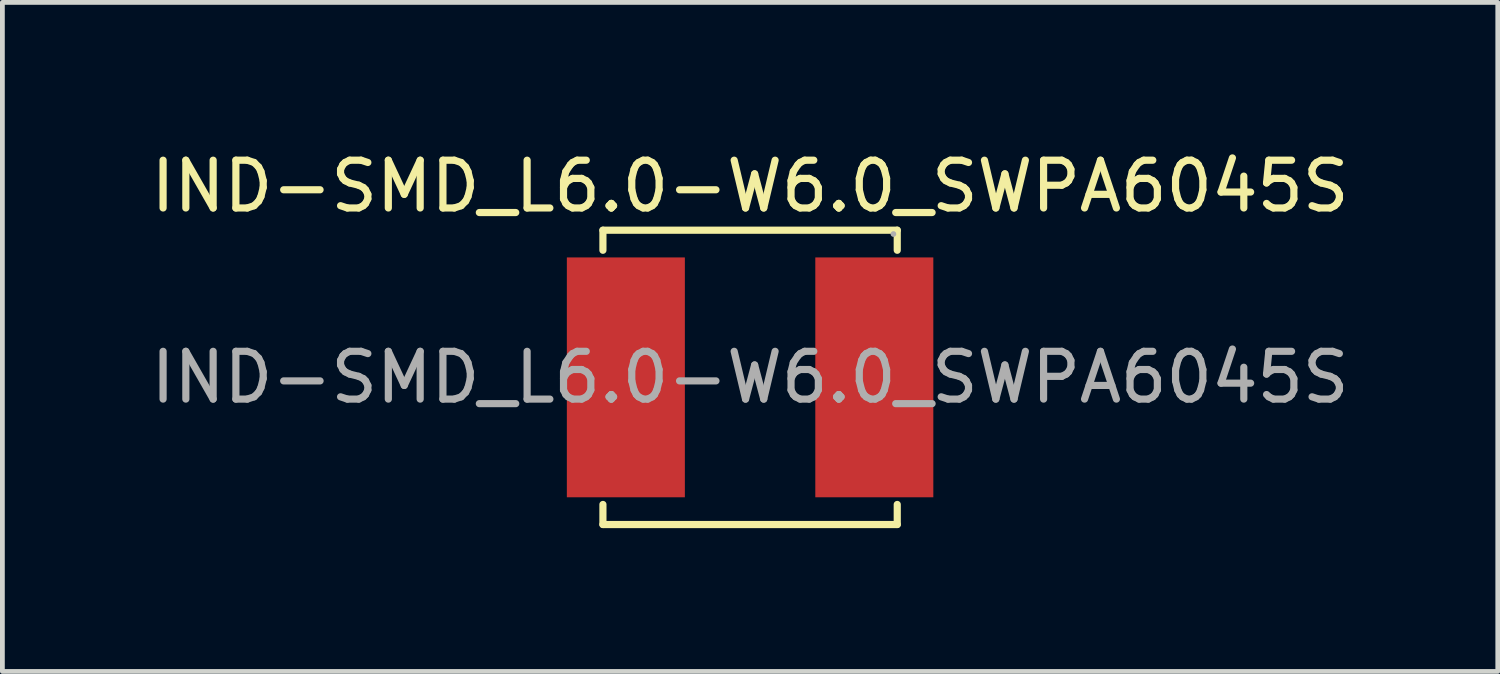
<source format=kicad_pcb>
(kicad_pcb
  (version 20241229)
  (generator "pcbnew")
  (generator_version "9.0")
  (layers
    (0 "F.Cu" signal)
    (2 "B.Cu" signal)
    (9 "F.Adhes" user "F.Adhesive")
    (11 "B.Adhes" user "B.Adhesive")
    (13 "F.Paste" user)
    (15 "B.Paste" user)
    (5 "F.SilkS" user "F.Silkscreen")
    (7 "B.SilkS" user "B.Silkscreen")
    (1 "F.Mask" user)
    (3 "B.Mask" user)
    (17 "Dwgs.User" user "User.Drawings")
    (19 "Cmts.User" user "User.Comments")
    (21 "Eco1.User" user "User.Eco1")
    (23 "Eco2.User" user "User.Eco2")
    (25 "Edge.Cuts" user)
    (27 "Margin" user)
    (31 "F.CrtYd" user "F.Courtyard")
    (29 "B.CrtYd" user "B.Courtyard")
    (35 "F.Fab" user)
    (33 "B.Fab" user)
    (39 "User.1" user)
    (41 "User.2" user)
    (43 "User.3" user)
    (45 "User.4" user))
  (footprint "IND-SMD_L6.0-W6.0_SWPA6045S"
    (layer "F.Cu")
    (at 12.649 4.848)
    (property "Reference" "IND-SMD_L6.0-W6.0_SWPA6045S" (at 0 -4 0) (layer "F.SilkS") (effects (font (size 1 1) (thickness 0.15))))
    (attr through_hole)
    (fp_line (start -3.08 -3.08) (end 3.08 -3.08) (stroke (width 0.15) (type solid)) (layer "F.SilkS"))
    (fp_line (start -3.08 -2.66) (end -3.08 -3.08) (stroke (width 0.15) (type solid)) (layer "F.SilkS"))
    (fp_line (start -3.08 2.66) (end -3.08 3.08) (stroke (width 0.15) (type solid)) (layer "F.SilkS"))
    (fp_line (start -3.08 3.08) (end 3.08 3.08) (stroke (width 0.15) (type solid)) (layer "F.SilkS"))
    (fp_line (start 3.08 -3.08) (end 3.08 -2.66) (stroke (width 0.15) (type solid)) (layer "F.SilkS"))
    (fp_line (start 3.08 3.08) (end 3.08 2.66) (stroke (width 0.15) (type solid)) (layer "F.SilkS"))
    (fp_circle (center 3 -3) (end 3.03 -3) (stroke (width 0.06) (type solid)) (fill no) (layer "F.Fab"))
    (fp_text user "${REFERENCE}" (at 0 0 0) (layer "F.Fab") (effects (font (size 1 1) (thickness 0.15))))
    (pad "1" smd rect (at 2.6 0) (size 2.47 5.02) (layers "F.Cu" "F.Mask" "F.Paste"))
    (pad "2" smd rect (at -2.6 0) (size 2.47 5.02) (layers "F.Cu" "F.Mask" "F.Paste")))
  (gr_rect
    (start -3 -3)
    (end 28.298 11.003)
    (stroke (width 0.1) (type default))
    (fill no)
    (layer "Edge.Cuts")))
</source>
